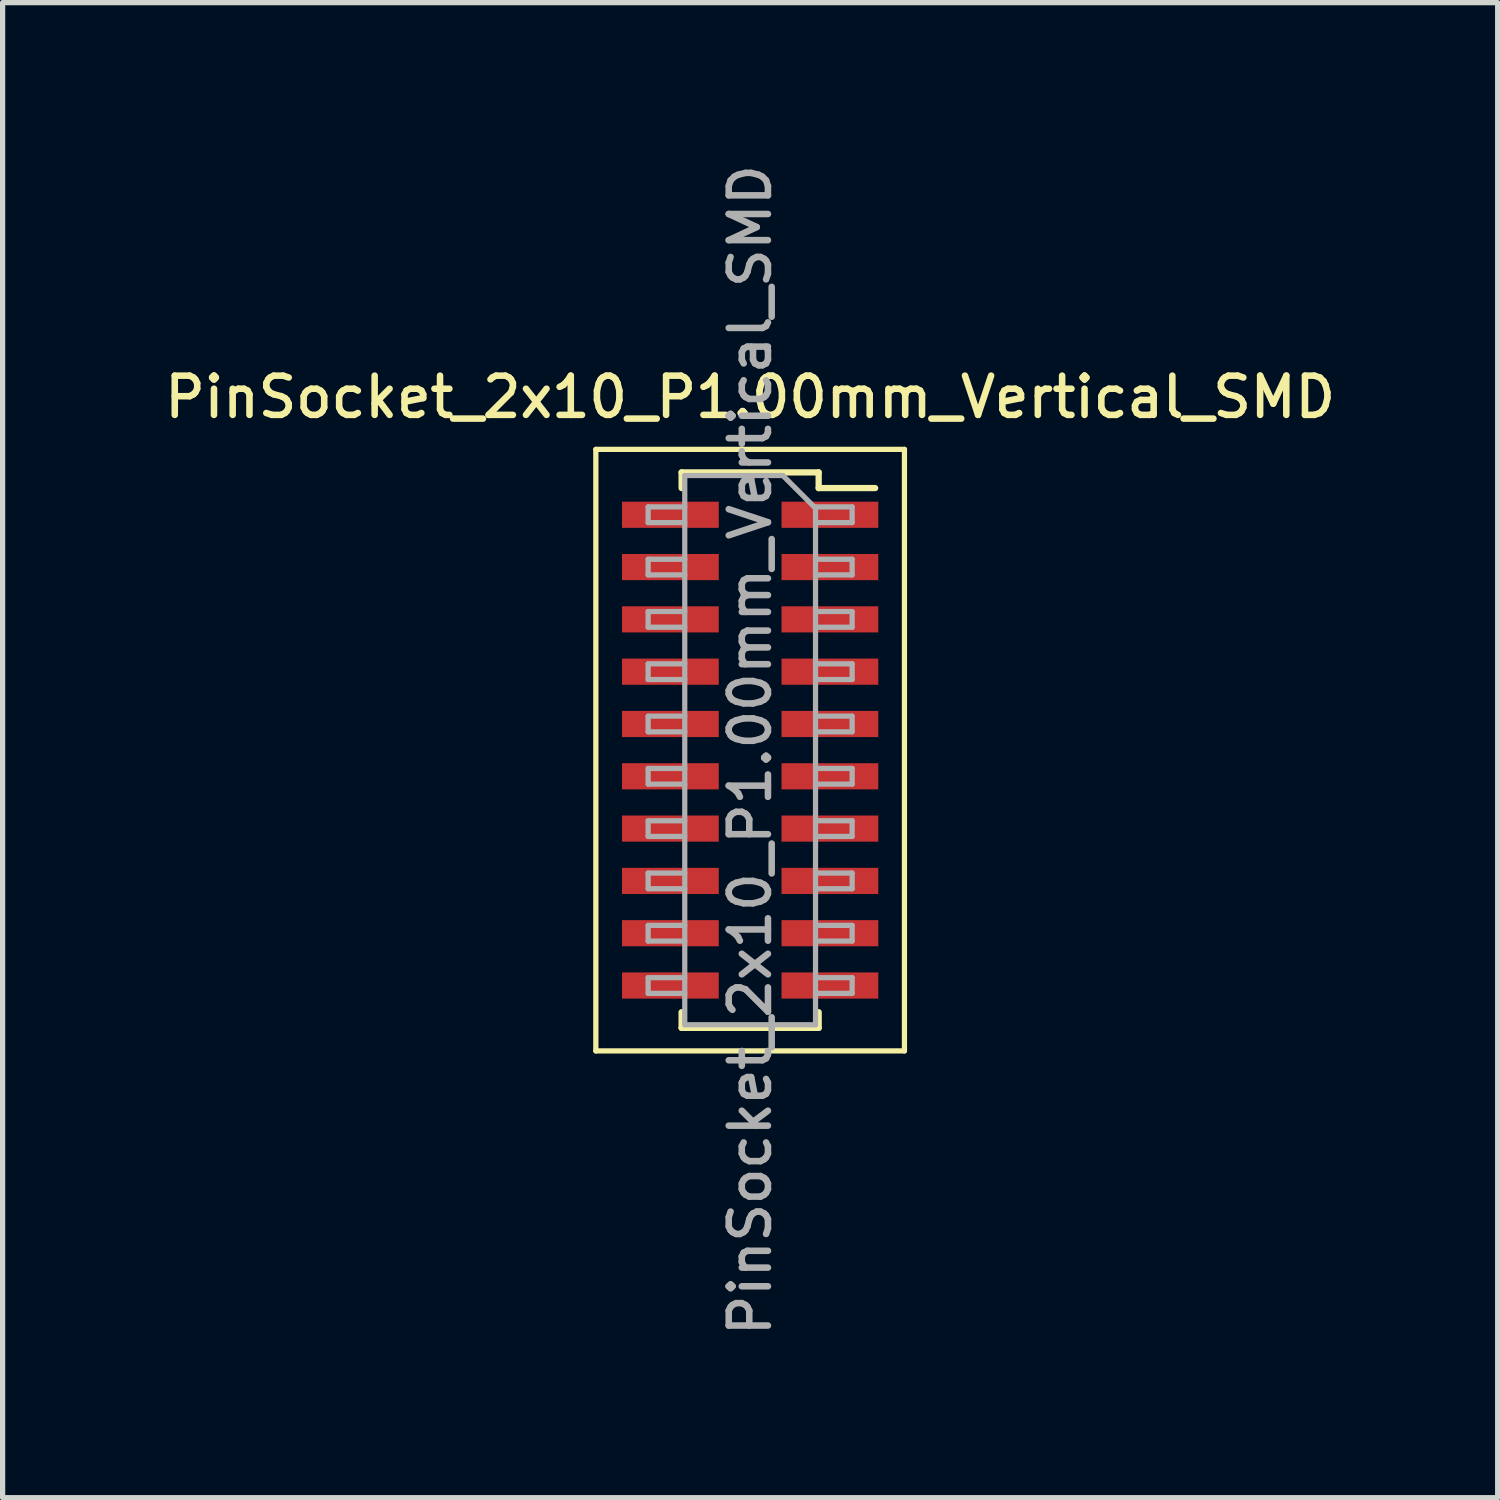
<source format=kicad_pcb>
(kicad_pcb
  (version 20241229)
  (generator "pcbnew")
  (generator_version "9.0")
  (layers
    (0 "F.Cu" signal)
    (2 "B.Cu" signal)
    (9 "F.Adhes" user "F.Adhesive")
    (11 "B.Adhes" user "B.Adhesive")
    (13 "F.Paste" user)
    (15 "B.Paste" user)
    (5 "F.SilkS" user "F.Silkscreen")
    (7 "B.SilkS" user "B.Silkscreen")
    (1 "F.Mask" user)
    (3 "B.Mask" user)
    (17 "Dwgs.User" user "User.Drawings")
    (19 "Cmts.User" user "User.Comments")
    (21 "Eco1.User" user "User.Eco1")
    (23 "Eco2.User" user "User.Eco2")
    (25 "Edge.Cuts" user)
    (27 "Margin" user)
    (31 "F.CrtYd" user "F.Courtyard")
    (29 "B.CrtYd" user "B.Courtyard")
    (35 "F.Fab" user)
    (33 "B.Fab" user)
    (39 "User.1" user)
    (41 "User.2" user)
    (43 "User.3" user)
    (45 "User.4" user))
  (footprint "PinSocket_2x10_P1.00mm_Vertical_SMD"
    (layer "F.Cu")
    (at 11.291 11.291)
    (property "Reference" "PinSocket_2x10_P1.00mm_Vertical_SMD" (at 0 -6.75 0) (layer "F.SilkS") (effects (font (size 0.75 0.75) (thickness 0.125))))
    (attr smd)
    (fp_line (start -2.95 -5.75) (end 2.95 -5.75) (stroke (width 0.1) (type solid)) (layer "F.SilkS"))
    (fp_line (start -2.95 5.75) (end -2.95 -5.75) (stroke (width 0.1) (type solid)) (layer "F.SilkS"))
    (fp_line (start -1.31 -5.31) (end -1.31 -5.01) (stroke (width 0.12) (type solid)) (layer "F.SilkS"))
    (fp_line (start -1.31 -5.31) (end 1.31 -5.31) (stroke (width 0.12) (type solid)) (layer "F.SilkS"))
    (fp_line (start -1.31 5.01) (end -1.31 5.31) (stroke (width 0.12) (type solid)) (layer "F.SilkS"))
    (fp_line (start -1.31 5.31) (end 1.31 5.31) (stroke (width 0.12) (type solid)) (layer "F.SilkS"))
    (fp_line (start 1.31 -5.31) (end 1.31 -5.01) (stroke (width 0.12) (type solid)) (layer "F.SilkS"))
    (fp_line (start 1.31 -5.01) (end 2.39 -5.01) (stroke (width 0.12) (type solid)) (layer "F.SilkS"))
    (fp_line (start 1.31 5.01) (end 1.31 5.31) (stroke (width 0.12) (type solid)) (layer "F.SilkS"))
    (fp_line (start 2.95 -5.75) (end 2.95 5.75) (stroke (width 0.1) (type solid)) (layer "F.SilkS"))
    (fp_line (start 2.95 5.75) (end -2.95 5.75) (stroke (width 0.1) (type solid)) (layer "F.SilkS"))
    (fp_line (start -1.95 -4.65) (end -1.25 -4.65) (stroke (width 0.1) (type solid)) (layer "F.Fab"))
    (fp_line (start -1.95 -4.35) (end -1.95 -4.65) (stroke (width 0.1) (type solid)) (layer "F.Fab"))
    (fp_line (start -1.95 -3.65) (end -1.25 -3.65) (stroke (width 0.1) (type solid)) (layer "F.Fab"))
    (fp_line (start -1.95 -3.35) (end -1.95 -3.65) (stroke (width 0.1) (type solid)) (layer "F.Fab"))
    (fp_line (start -1.95 -2.65) (end -1.25 -2.65) (stroke (width 0.1) (type solid)) (layer "F.Fab"))
    (fp_line (start -1.95 -2.35) (end -1.95 -2.65) (stroke (width 0.1) (type solid)) (layer "F.Fab"))
    (fp_line (start -1.95 -1.65) (end -1.25 -1.65) (stroke (width 0.1) (type solid)) (layer "F.Fab"))
    (fp_line (start -1.95 -1.35) (end -1.95 -1.65) (stroke (width 0.1) (type solid)) (layer "F.Fab"))
    (fp_line (start -1.95 -0.65) (end -1.25 -0.65) (stroke (width 0.1) (type solid)) (layer "F.Fab"))
    (fp_line (start -1.95 -0.35) (end -1.95 -0.65) (stroke (width 0.1) (type solid)) (layer "F.Fab"))
    (fp_line (start -1.95 0.35) (end -1.25 0.35) (stroke (width 0.1) (type solid)) (layer "F.Fab"))
    (fp_line (start -1.95 0.65) (end -1.95 0.35) (stroke (width 0.1) (type solid)) (layer "F.Fab"))
    (fp_line (start -1.95 1.35) (end -1.25 1.35) (stroke (width 0.1) (type solid)) (layer "F.Fab"))
    (fp_line (start -1.95 1.65) (end -1.95 1.35) (stroke (width 0.1) (type solid)) (layer "F.Fab"))
    (fp_line (start -1.95 2.35) (end -1.25 2.35) (stroke (width 0.1) (type solid)) (layer "F.Fab"))
    (fp_line (start -1.95 2.65) (end -1.95 2.35) (stroke (width 0.1) (type solid)) (layer "F.Fab"))
    (fp_line (start -1.95 3.35) (end -1.25 3.35) (stroke (width 0.1) (type solid)) (layer "F.Fab"))
    (fp_line (start -1.95 3.65) (end -1.95 3.35) (stroke (width 0.1) (type solid)) (layer "F.Fab"))
    (fp_line (start -1.95 4.35) (end -1.25 4.35) (stroke (width 0.1) (type solid)) (layer "F.Fab"))
    (fp_line (start -1.95 4.65) (end -1.95 4.35) (stroke (width 0.1) (type solid)) (layer "F.Fab"))
    (fp_line (start -1.25 -5.25) (end 0.625 -5.25) (stroke (width 0.1) (type solid)) (layer "F.Fab"))
    (fp_line (start -1.25 -4.35) (end -1.95 -4.35) (stroke (width 0.1) (type solid)) (layer "F.Fab"))
    (fp_line (start -1.25 -3.35) (end -1.95 -3.35) (stroke (width 0.1) (type solid)) (layer "F.Fab"))
    (fp_line (start -1.25 -2.35) (end -1.95 -2.35) (stroke (width 0.1) (type solid)) (layer "F.Fab"))
    (fp_line (start -1.25 -1.35) (end -1.95 -1.35) (stroke (width 0.1) (type solid)) (layer "F.Fab"))
    (fp_line (start -1.25 -0.35) (end -1.95 -0.35) (stroke (width 0.1) (type solid)) (layer "F.Fab"))
    (fp_line (start -1.25 0.65) (end -1.95 0.65) (stroke (width 0.1) (type solid)) (layer "F.Fab"))
    (fp_line (start -1.25 1.65) (end -1.95 1.65) (stroke (width 0.1) (type solid)) (layer "F.Fab"))
    (fp_line (start -1.25 2.65) (end -1.95 2.65) (stroke (width 0.1) (type solid)) (layer "F.Fab"))
    (fp_line (start -1.25 3.65) (end -1.95 3.65) (stroke (width 0.1) (type solid)) (layer "F.Fab"))
    (fp_line (start -1.25 4.65) (end -1.95 4.65) (stroke (width 0.1) (type solid)) (layer "F.Fab"))
    (fp_line (start -1.25 5.25) (end -1.25 -5.25) (stroke (width 0.1) (type solid)) (layer "F.Fab"))
    (fp_line (start 0.625 -5.25) (end 1.25 -4.625) (stroke (width 0.1) (type solid)) (layer "F.Fab"))
    (fp_line (start 1.25 -4.65) (end 1.95 -4.65) (stroke (width 0.1) (type solid)) (layer "F.Fab"))
    (fp_line (start 1.25 -4.625) (end 1.25 5.25) (stroke (width 0.1) (type solid)) (layer "F.Fab"))
    (fp_line (start 1.25 -3.65) (end 1.95 -3.65) (stroke (width 0.1) (type solid)) (layer "F.Fab"))
    (fp_line (start 1.25 -2.65) (end 1.95 -2.65) (stroke (width 0.1) (type solid)) (layer "F.Fab"))
    (fp_line (start 1.25 -1.65) (end 1.95 -1.65) (stroke (width 0.1) (type solid)) (layer "F.Fab"))
    (fp_line (start 1.25 -0.65) (end 1.95 -0.65) (stroke (width 0.1) (type solid)) (layer "F.Fab"))
    (fp_line (start 1.25 0.35) (end 1.95 0.35) (stroke (width 0.1) (type solid)) (layer "F.Fab"))
    (fp_line (start 1.25 1.35) (end 1.95 1.35) (stroke (width 0.1) (type solid)) (layer "F.Fab"))
    (fp_line (start 1.25 2.35) (end 1.95 2.35) (stroke (width 0.1) (type solid)) (layer "F.Fab"))
    (fp_line (start 1.25 3.35) (end 1.95 3.35) (stroke (width 0.1) (type solid)) (layer "F.Fab"))
    (fp_line (start 1.25 4.35) (end 1.95 4.35) (stroke (width 0.1) (type solid)) (layer "F.Fab"))
    (fp_line (start 1.25 5.25) (end -1.25 5.25) (stroke (width 0.1) (type solid)) (layer "F.Fab"))
    (fp_line (start 1.95 -4.65) (end 1.95 -4.35) (stroke (width 0.1) (type solid)) (layer "F.Fab"))
    (fp_line (start 1.95 -4.35) (end 1.25 -4.35) (stroke (width 0.1) (type solid)) (layer "F.Fab"))
    (fp_line (start 1.95 -3.65) (end 1.95 -3.35) (stroke (width 0.1) (type solid)) (layer "F.Fab"))
    (fp_line (start 1.95 -3.35) (end 1.25 -3.35) (stroke (width 0.1) (type solid)) (layer "F.Fab"))
    (fp_line (start 1.95 -2.65) (end 1.95 -2.35) (stroke (width 0.1) (type solid)) (layer "F.Fab"))
    (fp_line (start 1.95 -2.35) (end 1.25 -2.35) (stroke (width 0.1) (type solid)) (layer "F.Fab"))
    (fp_line (start 1.95 -1.65) (end 1.95 -1.35) (stroke (width 0.1) (type solid)) (layer "F.Fab"))
    (fp_line (start 1.95 -1.35) (end 1.25 -1.35) (stroke (width 0.1) (type solid)) (layer "F.Fab"))
    (fp_line (start 1.95 -0.65) (end 1.95 -0.35) (stroke (width 0.1) (type solid)) (layer "F.Fab"))
    (fp_line (start 1.95 -0.35) (end 1.25 -0.35) (stroke (width 0.1) (type solid)) (layer "F.Fab"))
    (fp_line (start 1.95 0.35) (end 1.95 0.65) (stroke (width 0.1) (type solid)) (layer "F.Fab"))
    (fp_line (start 1.95 0.65) (end 1.25 0.65) (stroke (width 0.1) (type solid)) (layer "F.Fab"))
    (fp_line (start 1.95 1.35) (end 1.95 1.65) (stroke (width 0.1) (type solid)) (layer "F.Fab"))
    (fp_line (start 1.95 1.65) (end 1.25 1.65) (stroke (width 0.1) (type solid)) (layer "F.Fab"))
    (fp_line (start 1.95 2.35) (end 1.95 2.65) (stroke (width 0.1) (type solid)) (layer "F.Fab"))
    (fp_line (start 1.95 2.65) (end 1.25 2.65) (stroke (width 0.1) (type solid)) (layer "F.Fab"))
    (fp_line (start 1.95 3.35) (end 1.95 3.65) (stroke (width 0.1) (type solid)) (layer "F.Fab"))
    (fp_line (start 1.95 3.65) (end 1.25 3.65) (stroke (width 0.1) (type solid)) (layer "F.Fab"))
    (fp_line (start 1.95 4.35) (end 1.95 4.65) (stroke (width 0.1) (type solid)) (layer "F.Fab"))
    (fp_line (start 1.95 4.65) (end 1.25 4.65) (stroke (width 0.1) (type solid)) (layer "F.Fab"))
    (fp_text user "${REFERENCE}" (at 0 0 90) (layer "F.Fab") (effects (font (size 0.75 0.75) (thickness 0.125))))
    (pad "1" smd rect (at 1.525 -4.5) (size 1.85 0.5) (layers "F.Cu" "F.Mask" "F.Paste"))
    (pad "2" smd rect (at -1.525 -4.5) (size 1.85 0.5) (layers "F.Cu" "F.Mask" "F.Paste"))
    (pad "3" smd rect (at 1.525 -3.5) (size 1.85 0.5) (layers "F.Cu" "F.Mask" "F.Paste"))
    (pad "4" smd rect (at -1.525 -3.5) (size 1.85 0.5) (layers "F.Cu" "F.Mask" "F.Paste"))
    (pad "5" smd rect (at 1.525 -2.5) (size 1.85 0.5) (layers "F.Cu" "F.Mask" "F.Paste"))
    (pad "6" smd rect (at -1.525 -2.5) (size 1.85 0.5) (layers "F.Cu" "F.Mask" "F.Paste"))
    (pad "7" smd rect (at 1.525 -1.5) (size 1.85 0.5) (layers "F.Cu" "F.Mask" "F.Paste"))
    (pad "8" smd rect (at -1.525 -1.5) (size 1.85 0.5) (layers "F.Cu" "F.Mask" "F.Paste"))
    (pad "9" smd rect (at 1.525 -0.5) (size 1.85 0.5) (layers "F.Cu" "F.Mask" "F.Paste"))
    (pad "10" smd rect (at -1.525 -0.5) (size 1.85 0.5) (layers "F.Cu" "F.Mask" "F.Paste"))
    (pad "11" smd rect (at 1.525 0.5) (size 1.85 0.5) (layers "F.Cu" "F.Mask" "F.Paste"))
    (pad "12" smd rect (at -1.525 0.5) (size 1.85 0.5) (layers "F.Cu" "F.Mask" "F.Paste"))
    (pad "13" smd rect (at 1.525 1.5) (size 1.85 0.5) (layers "F.Cu" "F.Mask" "F.Paste"))
    (pad "14" smd rect (at -1.525 1.5) (size 1.85 0.5) (layers "F.Cu" "F.Mask" "F.Paste"))
    (pad "15" smd rect (at 1.525 2.5) (size 1.85 0.5) (layers "F.Cu" "F.Mask" "F.Paste"))
    (pad "16" smd rect (at -1.525 2.5) (size 1.85 0.5) (layers "F.Cu" "F.Mask" "F.Paste"))
    (pad "17" smd rect (at 1.525 3.5) (size 1.85 0.5) (layers "F.Cu" "F.Mask" "F.Paste"))
    (pad "18" smd rect (at -1.525 3.5) (size 1.85 0.5) (layers "F.Cu" "F.Mask" "F.Paste"))
    (pad "19" smd rect (at 1.525 4.5) (size 1.85 0.5) (layers "F.Cu" "F.Mask" "F.Paste"))
    (pad "20" smd rect (at -1.525 4.5) (size 1.85 0.5) (layers "F.Cu" "F.Mask" "F.Paste")))
  (gr_rect
    (start -3 -3)
    (end 25.582 25.582)
    (stroke (width 0.1) (type default))
    (fill no)
    (layer "Edge.Cuts")))
</source>
